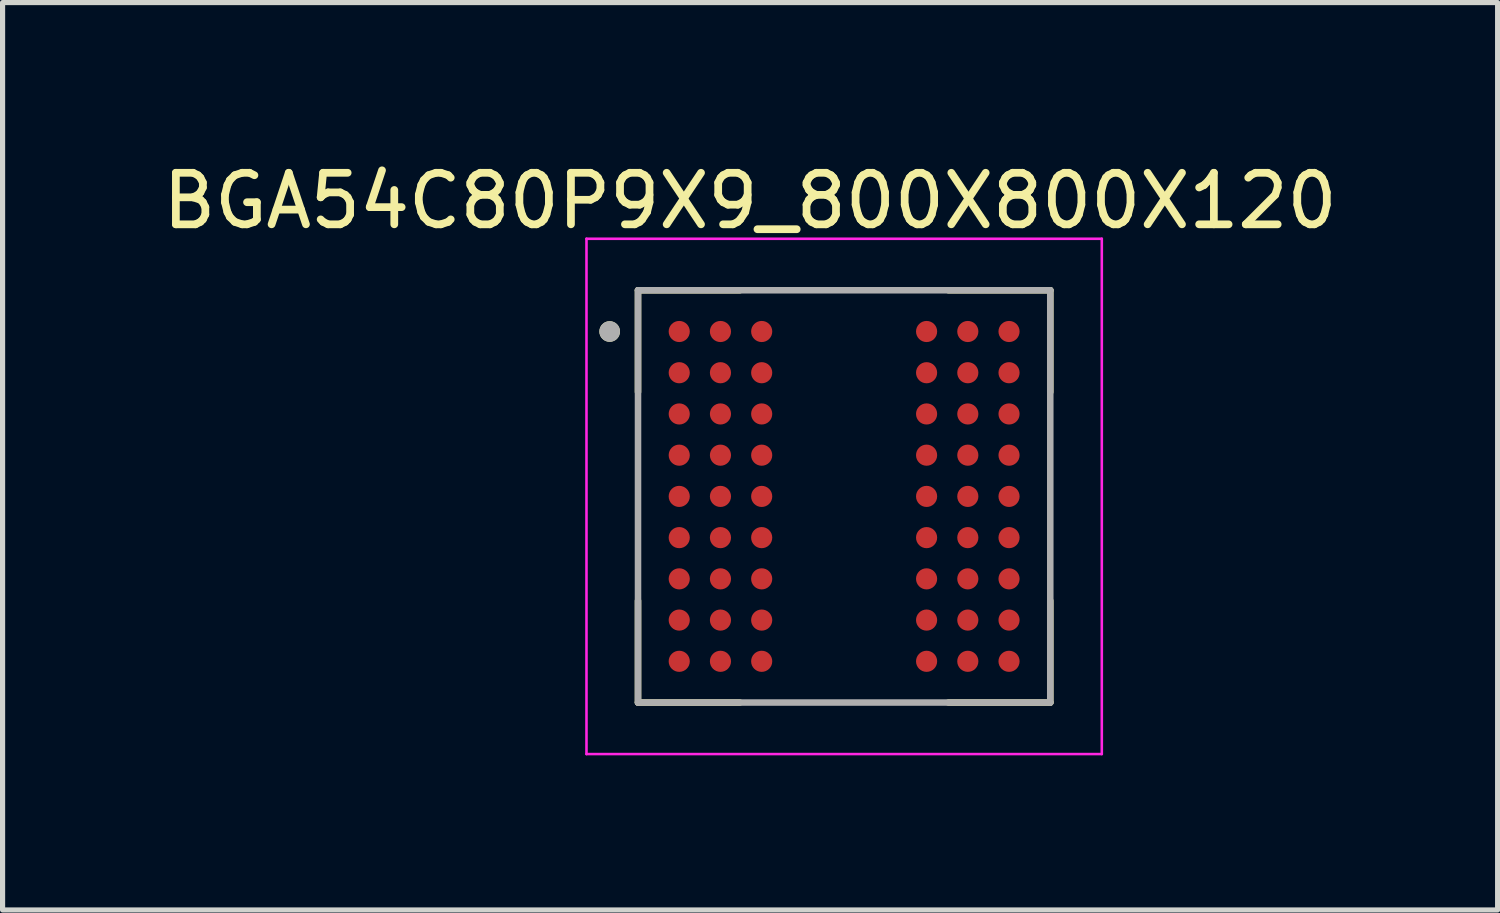
<source format=kicad_pcb>
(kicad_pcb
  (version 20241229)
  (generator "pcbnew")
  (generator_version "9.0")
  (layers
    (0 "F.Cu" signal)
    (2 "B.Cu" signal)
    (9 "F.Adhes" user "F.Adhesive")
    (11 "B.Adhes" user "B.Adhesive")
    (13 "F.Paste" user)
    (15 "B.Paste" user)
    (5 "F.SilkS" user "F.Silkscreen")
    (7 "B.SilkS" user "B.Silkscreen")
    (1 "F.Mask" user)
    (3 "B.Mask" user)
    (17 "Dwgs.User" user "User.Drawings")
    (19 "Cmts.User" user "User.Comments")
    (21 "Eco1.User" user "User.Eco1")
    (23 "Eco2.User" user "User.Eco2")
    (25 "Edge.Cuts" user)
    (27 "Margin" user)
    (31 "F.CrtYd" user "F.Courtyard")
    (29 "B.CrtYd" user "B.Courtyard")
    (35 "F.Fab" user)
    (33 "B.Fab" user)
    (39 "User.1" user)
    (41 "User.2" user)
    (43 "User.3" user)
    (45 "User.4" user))
  (footprint "BGA54C80P9X9_800X800X120"
    (layer "F.Cu")
    (at 13.331 6.583)
    (property "Reference" "BGA54C80P9X9_800X800X120" (at -1.825 -5.735 0) (layer "F.SilkS") (effects (font (size 1 1) (thickness 0.15))))
    (attr smd)
    (fp_line (start -4 -4) (end -4 -2.025) (stroke (width 0.127) (type solid)) (layer "F.SilkS"))
    (fp_line (start -4 -4) (end -2.025 -4) (stroke (width 0.127) (type solid)) (layer "F.SilkS"))
    (fp_line (start -4 4) (end -4 2.025) (stroke (width 0.127) (type solid)) (layer "F.SilkS"))
    (fp_line (start -4 4) (end -2.025 4) (stroke (width 0.127) (type solid)) (layer "F.SilkS"))
    (fp_line (start 4 -4) (end 2.025 -4) (stroke (width 0.127) (type solid)) (layer "F.SilkS"))
    (fp_line (start 4 -4) (end 4 -2.025) (stroke (width 0.127) (type solid)) (layer "F.SilkS"))
    (fp_line (start 4 4) (end 2.025 4) (stroke (width 0.127) (type solid)) (layer "F.SilkS"))
    (fp_line (start 4 4) (end 4 2.025) (stroke (width 0.127) (type solid)) (layer "F.SilkS"))
    (fp_circle (center -4.55 -3.2) (end -4.45 -3.2) (stroke (width 0.2) (type solid)) (fill no) (layer "F.SilkS"))
    (fp_line (start -5 -5) (end 5 -5) (stroke (width 0.05) (type solid)) (layer "F.CrtYd"))
    (fp_line (start -5 5) (end -5 -5) (stroke (width 0.05) (type solid)) (layer "F.CrtYd"))
    (fp_line (start -5 5) (end 5 5) (stroke (width 0.05) (type solid)) (layer "F.CrtYd"))
    (fp_line (start 5 5) (end 5 -5) (stroke (width 0.05) (type solid)) (layer "F.CrtYd"))
    (fp_line (start -4 4) (end -4 -4) (stroke (width 0.127) (type solid)) (layer "F.Fab"))
    (fp_line (start 4 -4) (end -4 -4) (stroke (width 0.127) (type solid)) (layer "F.Fab"))
    (fp_line (start 4 4) (end -4 4) (stroke (width 0.127) (type solid)) (layer "F.Fab"))
    (fp_line (start 4 4) (end 4 -4) (stroke (width 0.127) (type solid)) (layer "F.Fab"))
    (fp_circle (center -4.55 -3.2) (end -4.45 -3.2) (stroke (width 0.2) (type solid)) (fill no) (layer "F.Fab"))
    (pad "A1" smd circle (at -3.2 -3.2) (size 0.41 0.41) (layers "F.Cu" "F.Mask" "F.Paste"))
    (pad "A2" smd circle (at -2.4 -3.2) (size 0.41 0.41) (layers "F.Cu" "F.Mask" "F.Paste"))
    (pad "A3" smd circle (at -1.6 -3.2) (size 0.41 0.41) (layers "F.Cu" "F.Mask" "F.Paste"))
    (pad "A7" smd circle (at 1.6 -3.2) (size 0.41 0.41) (layers "F.Cu" "F.Mask" "F.Paste"))
    (pad "A8" smd circle (at 2.4 -3.2) (size 0.41 0.41) (layers "F.Cu" "F.Mask" "F.Paste"))
    (pad "A9" smd circle (at 3.2 -3.2) (size 0.41 0.41) (layers "F.Cu" "F.Mask" "F.Paste"))
    (pad "B1" smd circle (at -3.2 -2.4) (size 0.41 0.41) (layers "F.Cu" "F.Mask" "F.Paste"))
    (pad "B2" smd circle (at -2.4 -2.4) (size 0.41 0.41) (layers "F.Cu" "F.Mask" "F.Paste"))
    (pad "B3" smd circle (at -1.6 -2.4) (size 0.41 0.41) (layers "F.Cu" "F.Mask" "F.Paste"))
    (pad "B7" smd circle (at 1.6 -2.4) (size 0.41 0.41) (layers "F.Cu" "F.Mask" "F.Paste"))
    (pad "B8" smd circle (at 2.4 -2.4) (size 0.41 0.41) (layers "F.Cu" "F.Mask" "F.Paste"))
    (pad "B9" smd circle (at 3.2 -2.4) (size 0.41 0.41) (layers "F.Cu" "F.Mask" "F.Paste"))
    (pad "C1" smd circle (at -3.2 -1.6) (size 0.41 0.41) (layers "F.Cu" "F.Mask" "F.Paste"))
    (pad "C2" smd circle (at -2.4 -1.6) (size 0.41 0.41) (layers "F.Cu" "F.Mask" "F.Paste"))
    (pad "C3" smd circle (at -1.6 -1.6) (size 0.41 0.41) (layers "F.Cu" "F.Mask" "F.Paste"))
    (pad "C7" smd circle (at 1.6 -1.6) (size 0.41 0.41) (layers "F.Cu" "F.Mask" "F.Paste"))
    (pad "C8" smd circle (at 2.4 -1.6) (size 0.41 0.41) (layers "F.Cu" "F.Mask" "F.Paste"))
    (pad "C9" smd circle (at 3.2 -1.6) (size 0.41 0.41) (layers "F.Cu" "F.Mask" "F.Paste"))
    (pad "D1" smd circle (at -3.2 -0.8) (size 0.41 0.41) (layers "F.Cu" "F.Mask" "F.Paste"))
    (pad "D2" smd circle (at -2.4 -0.8) (size 0.41 0.41) (layers "F.Cu" "F.Mask" "F.Paste"))
    (pad "D3" smd circle (at -1.6 -0.8) (size 0.41 0.41) (layers "F.Cu" "F.Mask" "F.Paste"))
    (pad "D7" smd circle (at 1.6 -0.8) (size 0.41 0.41) (layers "F.Cu" "F.Mask" "F.Paste"))
    (pad "D8" smd circle (at 2.4 -0.8) (size 0.41 0.41) (layers "F.Cu" "F.Mask" "F.Paste"))
    (pad "D9" smd circle (at 3.2 -0.8) (size 0.41 0.41) (layers "F.Cu" "F.Mask" "F.Paste"))
    (pad "E1" smd circle (at -3.2 0) (size 0.41 0.41) (layers "F.Cu" "F.Mask" "F.Paste"))
    (pad "E2" smd circle (at -2.4 0) (size 0.41 0.41) (layers "F.Cu" "F.Mask" "F.Paste"))
    (pad "E3" smd circle (at -1.6 0) (size 0.41 0.41) (layers "F.Cu" "F.Mask" "F.Paste"))
    (pad "E7" smd circle (at 1.6 0) (size 0.41 0.41) (layers "F.Cu" "F.Mask" "F.Paste"))
    (pad "E8" smd circle (at 2.4 0) (size 0.41 0.41) (layers "F.Cu" "F.Mask" "F.Paste"))
    (pad "E9" smd circle (at 3.2 0) (size 0.41 0.41) (layers "F.Cu" "F.Mask" "F.Paste"))
    (pad "F1" smd circle (at -3.2 0.8) (size 0.41 0.41) (layers "F.Cu" "F.Mask" "F.Paste"))
    (pad "F2" smd circle (at -2.4 0.8) (size 0.41 0.41) (layers "F.Cu" "F.Mask" "F.Paste"))
    (pad "F3" smd circle (at -1.6 0.8) (size 0.41 0.41) (layers "F.Cu" "F.Mask" "F.Paste"))
    (pad "F7" smd circle (at 1.6 0.8) (size 0.41 0.41) (layers "F.Cu" "F.Mask" "F.Paste"))
    (pad "F8" smd circle (at 2.4 0.8) (size 0.41 0.41) (layers "F.Cu" "F.Mask" "F.Paste"))
    (pad "F9" smd circle (at 3.2 0.8) (size 0.41 0.41) (layers "F.Cu" "F.Mask" "F.Paste"))
    (pad "G1" smd circle (at -3.2 1.6) (size 0.41 0.41) (layers "F.Cu" "F.Mask" "F.Paste"))
    (pad "G2" smd circle (at -2.4 1.6) (size 0.41 0.41) (layers "F.Cu" "F.Mask" "F.Paste"))
    (pad "G3" smd circle (at -1.6 1.6) (size 0.41 0.41) (layers "F.Cu" "F.Mask" "F.Paste"))
    (pad "G7" smd circle (at 1.6 1.6) (size 0.41 0.41) (layers "F.Cu" "F.Mask" "F.Paste"))
    (pad "G8" smd circle (at 2.4 1.6) (size 0.41 0.41) (layers "F.Cu" "F.Mask" "F.Paste"))
    (pad "G9" smd circle (at 3.2 1.6) (size 0.41 0.41) (layers "F.Cu" "F.Mask" "F.Paste"))
    (pad "H1" smd circle (at -3.2 2.4) (size 0.41 0.41) (layers "F.Cu" "F.Mask" "F.Paste"))
    (pad "H2" smd circle (at -2.4 2.4) (size 0.41 0.41) (layers "F.Cu" "F.Mask" "F.Paste"))
    (pad "H3" smd circle (at -1.6 2.4) (size 0.41 0.41) (layers "F.Cu" "F.Mask" "F.Paste"))
    (pad "H7" smd circle (at 1.6 2.4) (size 0.41 0.41) (layers "F.Cu" "F.Mask" "F.Paste"))
    (pad "H8" smd circle (at 2.4 2.4) (size 0.41 0.41) (layers "F.Cu" "F.Mask" "F.Paste"))
    (pad "H9" smd circle (at 3.2 2.4) (size 0.41 0.41) (layers "F.Cu" "F.Mask" "F.Paste"))
    (pad "J1" smd circle (at -3.2 3.2) (size 0.41 0.41) (layers "F.Cu" "F.Mask" "F.Paste"))
    (pad "J2" smd circle (at -2.4 3.2) (size 0.41 0.41) (layers "F.Cu" "F.Mask" "F.Paste"))
    (pad "J3" smd circle (at -1.6 3.2) (size 0.41 0.41) (layers "F.Cu" "F.Mask" "F.Paste"))
    (pad "J7" smd circle (at 1.6 3.2) (size 0.41 0.41) (layers "F.Cu" "F.Mask" "F.Paste"))
    (pad "J8" smd circle (at 2.4 3.2) (size 0.41 0.41) (layers "F.Cu" "F.Mask" "F.Paste"))
    (pad "J9" smd circle (at 3.2 3.2) (size 0.41 0.41) (layers "F.Cu" "F.Mask" "F.Paste")))
  (gr_rect
    (start -3 -3)
    (end 26.012 14.608)
    (stroke (width 0.1) (type default))
    (fill no)
    (layer "Edge.Cuts")))
</source>
